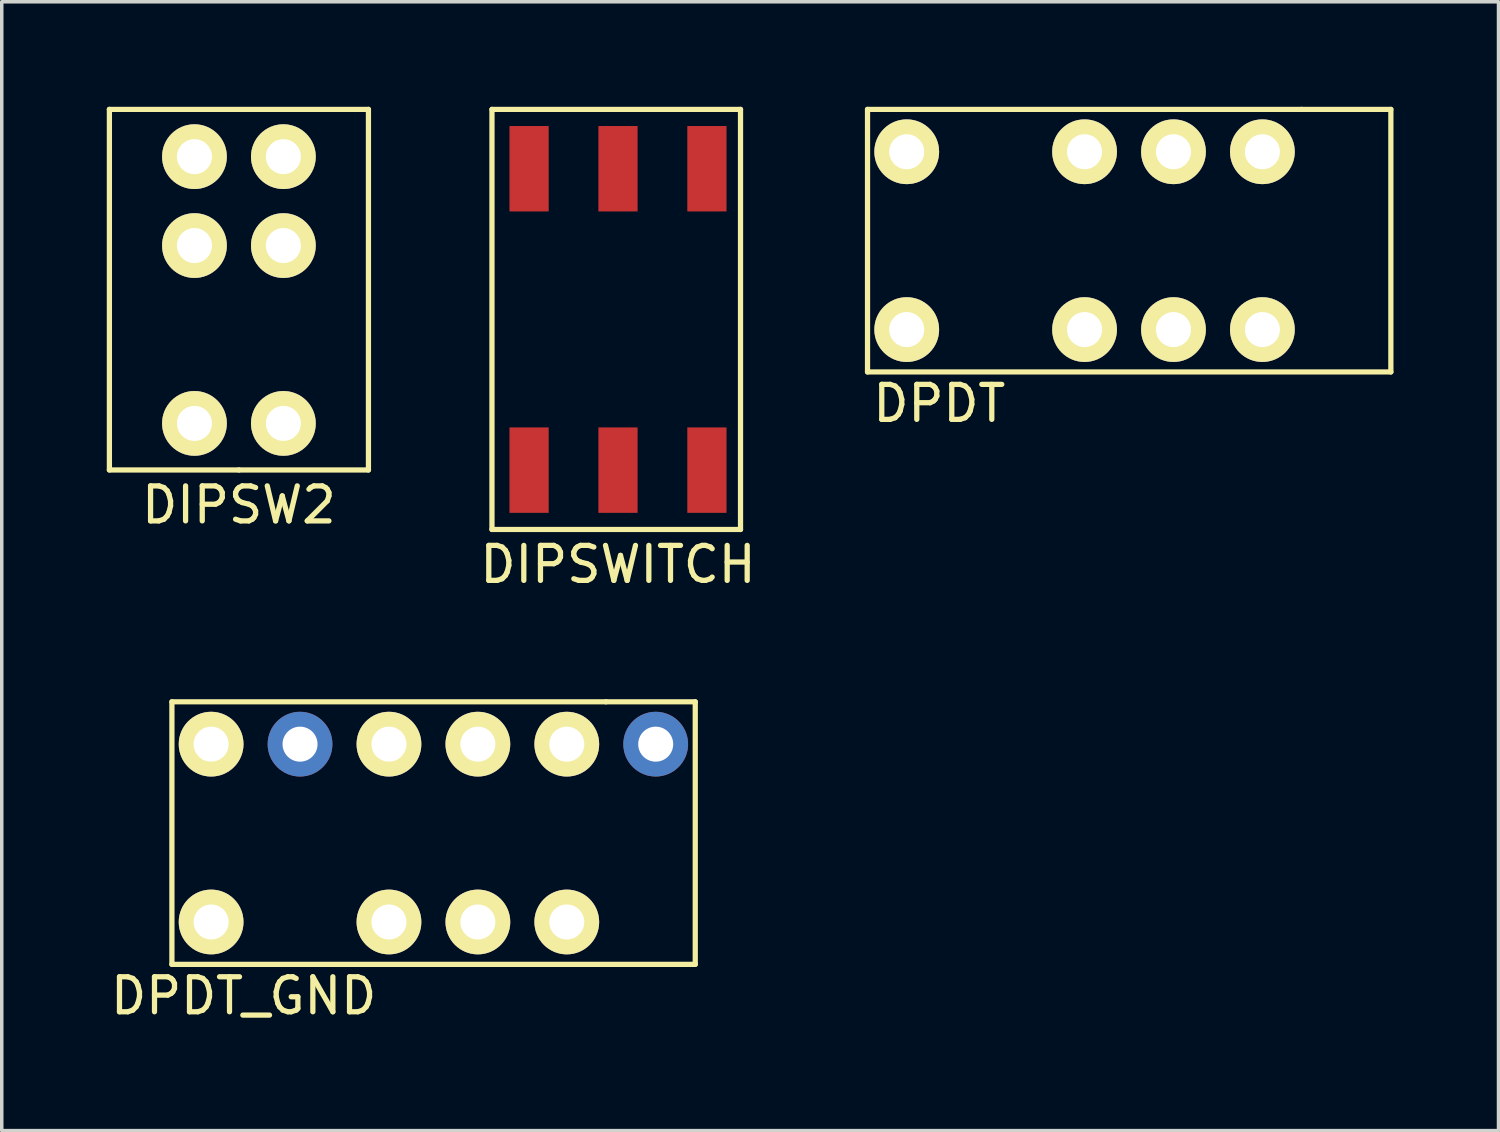
<source format=kicad_pcb>
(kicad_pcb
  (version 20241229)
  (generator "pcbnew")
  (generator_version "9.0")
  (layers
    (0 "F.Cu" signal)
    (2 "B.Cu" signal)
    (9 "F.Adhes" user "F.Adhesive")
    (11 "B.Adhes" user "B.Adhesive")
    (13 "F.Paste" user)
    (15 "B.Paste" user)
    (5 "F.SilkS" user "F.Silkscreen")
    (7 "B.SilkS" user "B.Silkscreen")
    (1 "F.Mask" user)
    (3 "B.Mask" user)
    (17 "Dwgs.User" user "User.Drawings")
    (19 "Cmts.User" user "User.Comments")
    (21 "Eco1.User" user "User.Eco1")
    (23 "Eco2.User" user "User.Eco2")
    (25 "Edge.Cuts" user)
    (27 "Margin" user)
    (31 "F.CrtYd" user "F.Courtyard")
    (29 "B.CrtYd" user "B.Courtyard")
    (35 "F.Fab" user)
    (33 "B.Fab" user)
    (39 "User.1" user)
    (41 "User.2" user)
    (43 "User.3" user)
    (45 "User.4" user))
  (footprint "DIPSWITCH"
    (layer "F.Cu")
    (at 14.604 6.075)
    (property "Reference" "DIPSWITCH" (at 0 7 0) (layer "F.SilkS") (effects (font (size 1 1) (thickness 0.15))))
    (attr through_hole)
    (fp_line (start -3.6 -6) (end -3.6 6) (stroke (width 0.15) (type solid)) (layer "F.SilkS"))
    (fp_line (start -3.6 6) (end 3.5 6) (stroke (width 0.15) (type solid)) (layer "F.SilkS"))
    (fp_line (start 3.5 -6) (end -3.6 -6) (stroke (width 0.15) (type solid)) (layer "F.SilkS"))
    (fp_line (start 3.5 6) (end 3.5 -6) (stroke (width 0.15) (type solid)) (layer "F.SilkS"))
    (pad "1" smd rect (at -2.54 4.305) (size 1.12 2.44) (layers "F.Cu" "F.Mask" "F.Paste"))
    (pad "2" smd rect (at -2.54 -4.305) (size 1.12 2.44) (layers "F.Cu" "F.Mask" "F.Paste"))
    (pad "3" smd rect (at 0 4.305) (size 1.12 2.44) (layers "F.Cu" "F.Mask" "F.Paste"))
    (pad "4" smd rect (at 0 -4.305) (size 1.12 2.44) (layers "F.Cu" "F.Mask" "F.Paste"))
    (pad "5" smd rect (at 2.54 4.305) (size 1.12 2.44) (layers "F.Cu" "F.Mask" "F.Paste"))
    (pad "6" smd rect (at 2.54 -4.305) (size 1.12 2.44) (layers "F.Cu" "F.Mask" "F.Paste")))
  (footprint "DIPSW2"
    (layer "F.Cu")
    (at 3.775 7.775)
    (property "Reference" "DIPSW2" (at 0 3.6 0) (layer "F.SilkS") (effects (font (size 1 1) (thickness 0.15))))
    (attr through_hole)
    (fp_line (start -3.7 -7.7) (end -3.7 2.6) (stroke (width 0.15) (type solid)) (layer "F.SilkS"))
    (fp_line (start -3.7 2.6) (end 0 2.6) (stroke (width 0.15) (type solid)) (layer "F.SilkS"))
    (fp_line (start 0 2.6) (end 3.7 2.6) (stroke (width 0.15) (type solid)) (layer "F.SilkS"))
    (fp_line (start 3.7 -7.7) (end -3.7 -7.7) (stroke (width 0.15) (type solid)) (layer "F.SilkS"))
    (fp_line (start 3.7 2.6) (end 3.7 -7.7) (stroke (width 0.15) (type solid)) (layer "F.SilkS"))
    (pad "1" thru_hole circle (at -1.27 -3.81) (size 1.85 1.85) (drill 1) (layers "*.Cu" "*.Mask" "F.SilkS"))
    (pad "1" thru_hole circle (at -1.27 1.27) (size 1.85 1.85) (drill 1) (layers "*.Cu" "*.Mask" "F.SilkS"))
    (pad "2" thru_hole circle (at 1.27 -3.81) (size 1.85 1.85) (drill 1) (layers "*.Cu" "*.Mask" "F.SilkS"))
    (pad "2" thru_hole circle (at 1.27 1.27) (size 1.85 1.85) (drill 1) (layers "*.Cu" "*.Mask" "F.SilkS"))
    (pad "3" thru_hole circle (at 1.27 -6.35) (size 1.85 1.85) (drill 1) (layers "*.Cu" "*.Mask" "F.SilkS"))
    (pad "4" thru_hole circle (at -1.27 -6.35) (size 1.85 1.85) (drill 1) (layers "*.Cu" "*.Mask" "F.SilkS")))
  (footprint "DPDT"
    (layer "F.Cu")
    (at 27.932 3.825)
    (property "Reference" "DPDT" (at -4.15 4.65 0) (layer "F.SilkS") (effects (font (size 1 1) (thickness 0.15))))
    (attr through_hole)
    (fp_line (start -6.2 -3.75) (end 6.2 -3.75) (stroke (width 0.15) (type solid)) (layer "F.SilkS"))
    (fp_line (start -6.2 3.75) (end -6.2 -3.75) (stroke (width 0.15) (type solid)) (layer "F.SilkS"))
    (fp_line (start 6.2 -3.75) (end 8.75 -3.75) (stroke (width 0.15) (type solid)) (layer "F.SilkS"))
    (fp_line (start 8.75 -3.75) (end 8.75 3.75) (stroke (width 0.15) (type solid)) (layer "F.SilkS"))
    (fp_line (start 8.75 3.75) (end -6.2 3.75) (stroke (width 0.15) (type solid)) (layer "F.SilkS"))
    (pad "1" thru_hole circle (at -5.08 -2.54) (size 1.85 1.85) (drill 1) (layers "*.Cu" "*.Mask" "F.SilkS"))
    (pad "3" thru_hole circle (at 0 -2.54) (size 1.85 1.85) (drill 1) (layers "*.Cu" "*.Mask" "F.SilkS"))
    (pad "4" thru_hole circle (at 2.54 -2.54) (size 1.85 1.85) (drill 1) (layers "*.Cu" "*.Mask" "F.SilkS"))
    (pad "5" thru_hole circle (at 5.08 -2.54) (size 1.85 1.85) (drill 1) (layers "*.Cu" "*.Mask" "F.SilkS"))
    (pad "8" thru_hole circle (at 5.08 2.54) (size 1.85 1.85) (drill 1) (layers "*.Cu" "*.Mask" "F.SilkS"))
    (pad "9" thru_hole circle (at 2.54 2.54) (size 1.85 1.85) (drill 1) (layers "*.Cu" "*.Mask" "F.SilkS"))
    (pad "10" thru_hole circle (at 0 2.54) (size 1.85 1.85) (drill 1) (layers "*.Cu" "*.Mask" "F.SilkS"))
    (pad "12" thru_hole circle (at -5.08 2.54) (size 1.85 1.85) (drill 1) (layers "*.Cu" "*.Mask" "F.SilkS")))
  (footprint "DPDT_GND"
    (layer "F.Cu")
    (at 8.061 20.748)
    (property "Reference" "DPDT_GND" (at -4.15 4.65 0) (layer "F.SilkS") (effects (font (size 1 1) (thickness 0.15))))
    (attr through_hole)
    (fp_line (start -6.2 -3.75) (end 6.2 -3.75) (stroke (width 0.15) (type solid)) (layer "F.SilkS"))
    (fp_line (start -6.2 3.75) (end -6.2 -3.75) (stroke (width 0.15) (type solid)) (layer "F.SilkS"))
    (fp_line (start 6.2 -3.75) (end 8.75 -3.75) (stroke (width 0.15) (type solid)) (layer "F.SilkS"))
    (fp_line (start 8.75 -3.75) (end 8.75 3.75) (stroke (width 0.15) (type solid)) (layer "F.SilkS"))
    (fp_line (start 8.75 3.75) (end -6.2 3.75) (stroke (width 0.15) (type solid)) (layer "F.SilkS"))
    (pad "1" thru_hole circle (at -5.08 -2.54) (size 1.85 1.85) (drill 1) (layers "*.Cu" "*.Mask" "F.SilkS"))
    (pad "2" thru_hole circle (at -2.54 -2.54) (size 1.85 1.85) (drill 1) (layers "*.Cu" "*.Mask"))
    (pad "3" thru_hole circle (at 0 -2.54) (size 1.85 1.85) (drill 1) (layers "*.Cu" "*.Mask" "F.SilkS"))
    (pad "4" thru_hole circle (at 2.54 -2.54) (size 1.85 1.85) (drill 1) (layers "*.Cu" "*.Mask" "F.SilkS"))
    (pad "5" thru_hole circle (at 5.08 -2.54) (size 1.85 1.85) (drill 1) (layers "*.Cu" "*.Mask" "F.SilkS"))
    (pad "6" thru_hole circle (at 7.62 -2.54) (size 1.85 1.85) (drill 1) (layers "*.Cu" "*.Mask"))
    (pad "8" thru_hole circle (at 5.08 2.54) (size 1.85 1.85) (drill 1) (layers "*.Cu" "*.Mask" "F.SilkS"))
    (pad "9" thru_hole circle (at 2.54 2.54) (size 1.85 1.85) (drill 1) (layers "*.Cu" "*.Mask" "F.SilkS"))
    (pad "10" thru_hole circle (at 0 2.54) (size 1.85 1.85) (drill 1) (layers "*.Cu" "*.Mask" "F.SilkS"))
    (pad "12" thru_hole circle (at -5.08 2.54) (size 1.85 1.85) (drill 1) (layers "*.Cu" "*.Mask" "F.SilkS")))
  (gr_rect
    (start -3 -3)
    (end 39.757 29.247)
    (stroke (width 0.1) (type default))
    (fill no)
    (layer "Edge.Cuts")))
</source>
